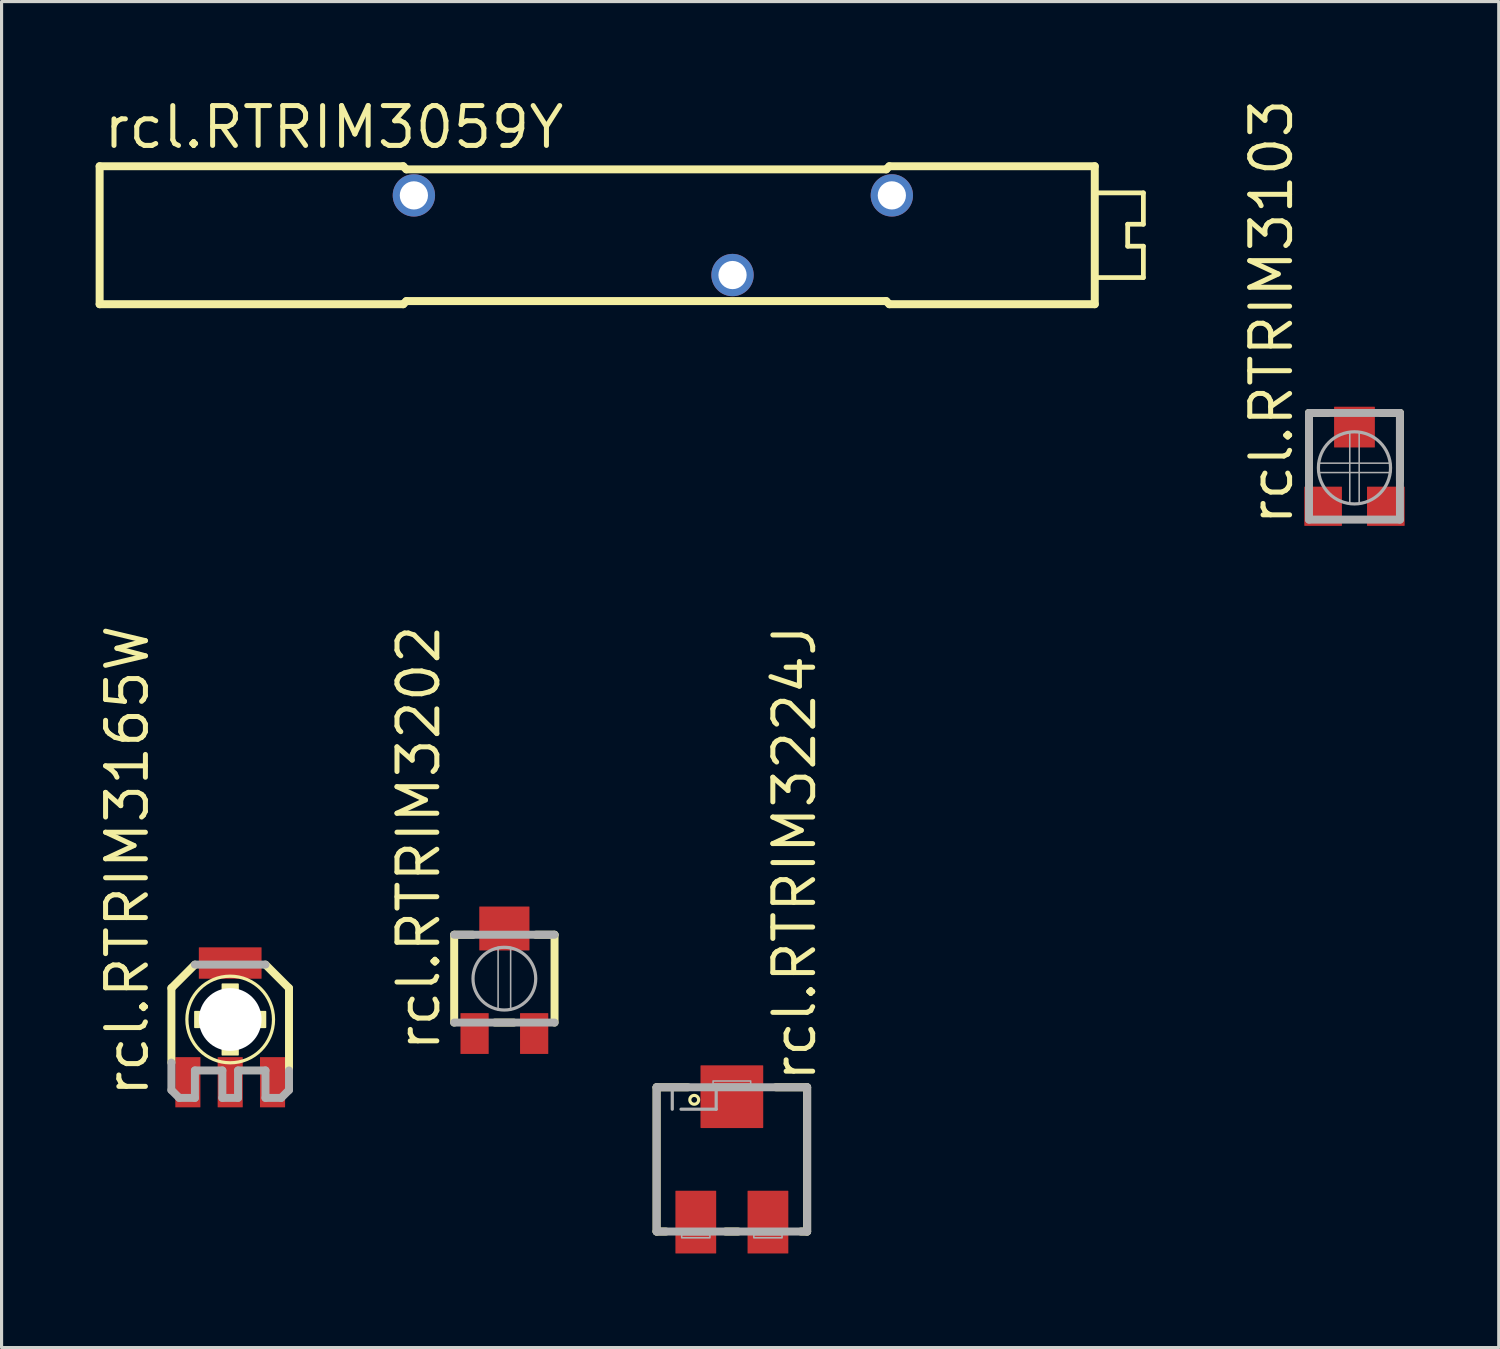
<source format=kicad_pcb>
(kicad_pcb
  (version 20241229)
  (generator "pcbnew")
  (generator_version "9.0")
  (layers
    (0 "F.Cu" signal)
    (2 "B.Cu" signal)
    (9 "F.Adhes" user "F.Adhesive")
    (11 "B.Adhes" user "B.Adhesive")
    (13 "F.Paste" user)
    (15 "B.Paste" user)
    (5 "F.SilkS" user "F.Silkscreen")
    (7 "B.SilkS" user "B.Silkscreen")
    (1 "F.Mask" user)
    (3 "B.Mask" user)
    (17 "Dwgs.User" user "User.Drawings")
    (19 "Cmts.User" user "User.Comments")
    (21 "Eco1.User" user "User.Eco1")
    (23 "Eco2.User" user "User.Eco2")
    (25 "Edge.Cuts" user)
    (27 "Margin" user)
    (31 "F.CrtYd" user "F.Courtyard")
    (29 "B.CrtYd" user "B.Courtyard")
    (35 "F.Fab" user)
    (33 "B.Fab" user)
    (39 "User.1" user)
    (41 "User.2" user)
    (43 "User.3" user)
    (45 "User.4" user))
  (footprint "rcl.RTRIM3224J"
    (layer "F.Cu")
    (at 20.286 33.918)
    (property "Reference" "rcl.RTRIM3224J" (at 2.74 -2.405 270) (layer "F.SilkS") (effects (font (size 1.27 1.27) (thickness 0.16)) (justify left bottom)))
    (attr smd)
    (fp_line (start -2.4 -2.3) (end -1.4 -2.3) (stroke (width 0.254) (type default)) (layer "F.SilkS"))
    (fp_line (start -2.4 2.3) (end -2.4 -2.3) (stroke (width 0.254) (type default)) (layer "F.SilkS"))
    (fp_line (start -2.1 2.3) (end -2.4 2.3) (stroke (width 0.254) (type default)) (layer "F.SilkS"))
    (fp_line (start 0.2 2.3) (end -0.2 2.3) (stroke (width 0.254) (type default)) (layer "F.SilkS"))
    (fp_line (start 1.4 -2.3) (end 2.4 -2.3) (stroke (width 0.254) (type dash)) (layer "F.SilkS"))
    (fp_line (start 2.4 -2.3) (end 2.4 2.3) (stroke (width 0.254) (type default)) (layer "F.SilkS"))
    (fp_line (start 2.4 2.3) (end 2.2 2.3) (stroke (width 0.254) (type default)) (layer "F.SilkS"))
    (fp_circle (center -1.2 -1.9) (end -1.059 -1.9) (stroke (width 0.1) (type default)) (fill no) (layer "F.SilkS"))
    (fp_line (start -2.4 -2.3) (end 2.4 -2.3) (stroke (width 0.254) (type default)) (layer "F.Fab"))
    (fp_line (start -2.4 2.3) (end -2.4 -2.3) (stroke (width 0.254) (type default)) (layer "F.Fab"))
    (fp_line (start -1.9 -1.6) (end -1.9 -2.2) (stroke (width 0.102) (type dash)) (layer "F.Fab"))
    (fp_line (start -0.5 -2.2) (end -0.5 -1.6) (stroke (width 0.102) (type dash)) (layer "F.Fab"))
    (fp_line (start -0.5 -1.6) (end -1.9 -1.6) (stroke (width 0.102) (type dash)) (layer "F.Fab"))
    (fp_line (start 2.4 -2.3) (end 2.4 2.3) (stroke (width 0.254) (type default)) (layer "F.Fab"))
    (fp_line (start 2.4 2.3) (end -2.4 2.3) (stroke (width 0.254) (type default)) (layer "F.Fab"))
    (fp_rect (start -1.6 2.5) (end -0.7 2.4) (stroke (width 0.05) (type default)) (fill no) (layer "F.Fab"))
    (fp_rect (start -0.6 -2.4) (end 0.6 -2.5) (stroke (width 0.05) (type default)) (fill no) (layer "F.Fab"))
    (fp_rect (start 0.7 2.5) (end 1.6 2.4) (stroke (width 0.05) (type default)) (fill no) (layer "F.Fab"))
    (pad "1" smd roundrect (at -1.15 2) (size 1.3 2) (layers "F.Cu" "F.Mask" "F.Paste") (roundrect_rratio 0.01))
    (pad "2" smd roundrect (at 0 -2) (size 2 2) (layers "F.Cu" "F.Mask" "F.Paste") (roundrect_rratio 0.01))
    (pad "3" smd roundrect (at 1.15 2) (size 1.3 2) (layers "F.Cu" "F.Mask" "F.Paste") (roundrect_rratio 0.01)))
  (footprint "rcl.RTRIM3103"
    (layer "F.Cu")
    (at 40.138 11.868)
    (property "Reference" "rcl.RTRIM3103" (at -1.905 1.905 90) (layer "F.SilkS") (effects (font (size 1.27 1.27) (thickness 0.16)) (justify left bottom)))
    (attr smd)
    (fp_line (start -1.45 -1.75) (end -0.85 -1.75) (stroke (width 0.254) (type default)) (layer "F.SilkS"))
    (fp_line (start -1.45 0.4) (end -1.45 -1.75) (stroke (width 0.254) (type default)) (layer "F.SilkS"))
    (fp_line (start 1.45 -1.75) (end 0.85 -1.75) (stroke (width 0.254) (type default)) (layer "F.SilkS"))
    (fp_line (start 1.45 0.4) (end 1.45 -1.75) (stroke (width 0.254) (type default)) (layer "F.SilkS"))
    (fp_line (start -1.45 -1.75) (end -1.45 1.65) (stroke (width 0.254) (type default)) (layer "F.Fab"))
    (fp_line (start -1.45 1.65) (end 1.45 1.65) (stroke (width 0.254) (type default)) (layer "F.Fab"))
    (fp_line (start 1.45 -1.75) (end -1.45 -1.75) (stroke (width 0.254) (type default)) (layer "F.Fab"))
    (fp_line (start 1.45 1.65) (end 1.45 -1.75) (stroke (width 0.254) (type default)) (layer "F.Fab"))
    (fp_rect (start -1.15 0.15) (end 1.15 -0.15) (stroke (width 0.05) (type default)) (fill no) (layer "F.Fab"))
    (fp_rect (start -0.15 1.15) (end 0.15 -1.15) (stroke (width 0.05) (type default)) (fill no) (layer "F.Fab"))
    (fp_circle (center 0 0) (end 1.15 0) (stroke (width 0.102) (type default)) (fill no) (layer "F.Fab"))
    (pad "1" smd roundrect (at -1 1.225) (size 1.2 1.25) (layers "F.Cu" "F.Mask" "F.Paste") (roundrect_rratio 0.01))
    (pad "2" smd roundrect (at 0 -1.3) (size 1.3 1.3) (layers "F.Cu" "F.Mask" "F.Paste") (roundrect_rratio 0.01))
    (pad "3" smd roundrect (at 1 1.225) (size 1.2 1.25) (layers "F.Cu" "F.Mask" "F.Paste") (roundrect_rratio 0.01)))
  (footprint "rcl.RTRIM3059Y"
    (layer "F.Cu")
    (at 16.497 4.45)
    (property "Reference" "rcl.RTRIM3059Y" (at -16.32 -2.7 0) (layer "F.SilkS") (effects (font (size 1.27 1.27) (thickness 0.16)) (justify left bottom)))
    (attr through_hole)
    (fp_line (start -16.37 -2.2) (end -16.37 2.2) (stroke (width 0.254) (type default)) (layer "F.SilkS"))
    (fp_line (start -16.37 2.2) (end -6.69 2.2) (stroke (width 0.254) (type default)) (layer "F.SilkS"))
    (fp_line (start -6.69 -2.2) (end -16.37 -2.2) (stroke (width 0.254) (type default)) (layer "F.SilkS"))
    (fp_line (start -6.59 -2.1) (end -6.69 -2.2) (stroke (width 0.254) (type default)) (layer "F.SilkS"))
    (fp_line (start -6.59 2.1) (end -6.69 2.2) (stroke (width 0.254) (type default)) (layer "F.SilkS"))
    (fp_line (start 8.71 -2.1) (end -6.59 -2.1) (stroke (width 0.254) (type default)) (layer "F.SilkS"))
    (fp_line (start 8.71 2.1) (end -6.59 2.1) (stroke (width 0.254) (type default)) (layer "F.SilkS"))
    (fp_line (start 8.71 2.1) (end 8.81 2.2) (stroke (width 0.254) (type default)) (layer "F.SilkS"))
    (fp_line (start 8.81 -2.2) (end 8.71 -2.1) (stroke (width 0.254) (type default)) (layer "F.SilkS"))
    (fp_line (start 8.81 2.2) (end 15.36 2.2) (stroke (width 0.254) (type default)) (layer "F.SilkS"))
    (fp_line (start 15.36 -2.2) (end 8.81 -2.2) (stroke (width 0.254) (type default)) (layer "F.SilkS"))
    (fp_line (start 15.36 2.2) (end 15.36 -2.2) (stroke (width 0.254) (type default)) (layer "F.SilkS"))
    (fp_line (start 15.46 -1.35) (end 16.91 -1.35) (stroke (width 0.152) (type default)) (layer "F.SilkS"))
    (fp_line (start 16.41 -0.35) (end 16.41 0.35) (stroke (width 0.152) (type default)) (layer "F.SilkS"))
    (fp_line (start 16.41 0.35) (end 16.91 0.35) (stroke (width 0.152) (type default)) (layer "F.SilkS"))
    (fp_line (start 16.91 -1.35) (end 16.91 -0.35) (stroke (width 0.152) (type default)) (layer "F.SilkS"))
    (fp_line (start 16.91 -0.35) (end 16.41 -0.35) (stroke (width 0.152) (type default)) (layer "F.SilkS"))
    (fp_line (start 16.91 0.35) (end 16.91 1.35) (stroke (width 0.152) (type default)) (layer "F.SilkS"))
    (fp_line (start 16.91 1.35) (end 15.46 1.35) (stroke (width 0.152) (type default)) (layer "F.SilkS"))
    (pad "1" thru_hole circle (at -6.35 -1.27) (size 1.35 1.35) (drill 0.9) (layers "*.Cu" "*.Mask"))
    (pad "2" thru_hole circle (at 3.81 1.27) (size 1.35 1.35) (drill 0.9) (layers "*.Cu" "*.Mask"))
    (pad "3" thru_hole circle (at 8.89 -1.27) (size 1.35 1.35) (drill 0.9) (layers "*.Cu" "*.Mask")))
  (footprint "rcl.RTRIM3165W"
    (layer "F.Cu")
    (at 4.29 29.457)
    (property "Reference" "rcl.RTRIM3165W" (at -2.54 2.54 90) (layer "F.SilkS") (effects (font (size 1.27 1.27) (thickness 0.16)) (justify left bottom)))
    (attr smd)
    (fp_line (start -1.875 -1) (end -1.875 1.375) (stroke (width 0.254) (type default)) (layer "F.SilkS"))
    (fp_line (start -1.125 -1.75) (end -1.875 -1) (stroke (width 0.254) (type default)) (layer "F.SilkS"))
    (fp_line (start 1.875 -1) (end 1.125 -1.75) (stroke (width 0.254) (type default)) (layer "F.SilkS"))
    (fp_line (start 1.875 1.625) (end 1.875 -1) (stroke (width 0.254) (type default)) (layer "F.SilkS"))
    (fp_rect (start -1.125 0.25) (end 1.125 -0.25) (stroke (width 0.05) (type default)) (fill yes) (layer "F.SilkS"))
    (fp_rect (start -0.25 1.125) (end 0.25 -1.125) (stroke (width 0.05) (type default)) (fill yes) (layer "F.SilkS"))
    (fp_circle (center 0 0) (end 1.381 0) (stroke (width 0.102) (type default)) (fill no) (layer "F.SilkS"))
    (fp_line (start -1.875 1.375) (end -1.875 2.25) (stroke (width 0.254) (type default)) (layer "F.Fab"))
    (fp_line (start -1.875 2.25) (end -1.625 2.5) (stroke (width 0.254) (type default)) (layer "F.Fab"))
    (fp_line (start -1.625 2.5) (end -1.125 2.5) (stroke (width 0.254) (type default)) (layer "F.Fab"))
    (fp_line (start -1.125 1.625) (end -0.25 1.625) (stroke (width 0.254) (type default)) (layer "F.Fab"))
    (fp_line (start -1.125 2.5) (end -1.125 1.625) (stroke (width 0.254) (type default)) (layer "F.Fab"))
    (fp_line (start -0.25 1.625) (end -0.25 2.5) (stroke (width 0.254) (type default)) (layer "F.Fab"))
    (fp_line (start -0.25 2.5) (end 0.25 2.5) (stroke (width 0.254) (type default)) (layer "F.Fab"))
    (fp_line (start 0.25 1.625) (end 1.125 1.625) (stroke (width 0.254) (type default)) (layer "F.Fab"))
    (fp_line (start 0.25 2.5) (end 0.25 1.625) (stroke (width 0.254) (type default)) (layer "F.Fab"))
    (fp_line (start 1.125 -1.75) (end -1.125 -1.75) (stroke (width 0.254) (type default)) (layer "F.Fab"))
    (fp_line (start 1.125 1.625) (end 1.125 2.5) (stroke (width 0.254) (type default)) (layer "F.Fab"))
    (fp_line (start 1.125 2.5) (end 1.625 2.5) (stroke (width 0.254) (type default)) (layer "F.Fab"))
    (fp_line (start 1.625 2.5) (end 1.875 2.25) (stroke (width 0.254) (type default)) (layer "F.Fab"))
    (fp_line (start 1.875 2.25) (end 1.875 1.625) (stroke (width 0.254) (type default)) (layer "F.Fab"))
    (pad "" np_thru_hole circle (at 0 0) (size 2 2) (drill 2) (layers "*.Cu" "*.Mask"))
    (pad "1" smd roundrect (at -1.35 2) (size 0.8 1.6) (layers "F.Cu" "F.Mask" "F.Paste") (roundrect_rratio 0.01))
    (pad "2" smd roundrect (at 0 2) (size 0.8 1.6) (layers "F.Cu" "F.Mask" "F.Paste") (roundrect_rratio 0.01))
    (pad "3" smd roundrect (at 1.35 2) (size 0.8 1.6) (layers "F.Cu" "F.Mask" "F.Paste") (roundrect_rratio 0.01))
    (pad "4" smd roundrect (at 0 -1.8) (size 2 1) (layers "F.Cu" "F.Mask" "F.Paste") (roundrect_rratio 0.01)))
  (footprint "rcl.RTRIM3202"
    (layer "F.Cu")
    (at 13.032 28.155)
    (property "Reference" "rcl.RTRIM3202" (at -1.99 2.39 90) (layer "F.SilkS") (effects (font (size 1.27 1.27) (thickness 0.16)) (justify left bottom)))
    (attr smd)
    (fp_line (start -1.6 -1.4) (end -1.6 1.4) (stroke (width 0.254) (type default)) (layer "F.SilkS"))
    (fp_line (start -1.6 -1.4) (end -1 -1.4) (stroke (width 0.254) (type default)) (layer "F.SilkS"))
    (fp_line (start -0.3 1.4) (end 0.3 1.4) (stroke (width 0.254) (type default)) (layer "F.SilkS"))
    (fp_line (start 1 -1.4) (end 1.6 -1.4) (stroke (width 0.254) (type default)) (layer "F.SilkS"))
    (fp_line (start 1.6 1.4) (end 1.6 -1.4) (stroke (width 0.254) (type default)) (layer "F.SilkS"))
    (fp_line (start -1.6 1.4) (end 1.6 1.4) (stroke (width 0.254) (type default)) (layer "F.Fab"))
    (fp_line (start 1.6 -1.4) (end -1.6 -1.4) (stroke (width 0.254) (type default)) (layer "F.Fab"))
    (fp_rect (start -0.2 1) (end 0.2 -1) (stroke (width 0.05) (type default)) (fill no) (layer "F.Fab"))
    (fp_circle (center 0 0) (end 1 0) (stroke (width 0.102) (type default)) (fill no) (layer "F.Fab"))
    (pad "1" smd roundrect (at -0.95 1.75) (size 0.9 1.3) (layers "F.Cu" "F.Mask" "F.Paste") (roundrect_rratio 0.01))
    (pad "2" smd roundrect (at 0 -1.6) (size 1.6 1.4) (layers "F.Cu" "F.Mask" "F.Paste") (roundrect_rratio 0.01))
    (pad "3" smd roundrect (at 0.95 1.75) (size 0.9 1.3) (layers "F.Cu" "F.Mask" "F.Paste") (roundrect_rratio 0.01)))
  (gr_rect
    (start -3 -3)
    (end 44.738 39.918)
    (stroke (width 0.1) (type default))
    (fill no)
    (layer "Edge.Cuts")))
</source>
